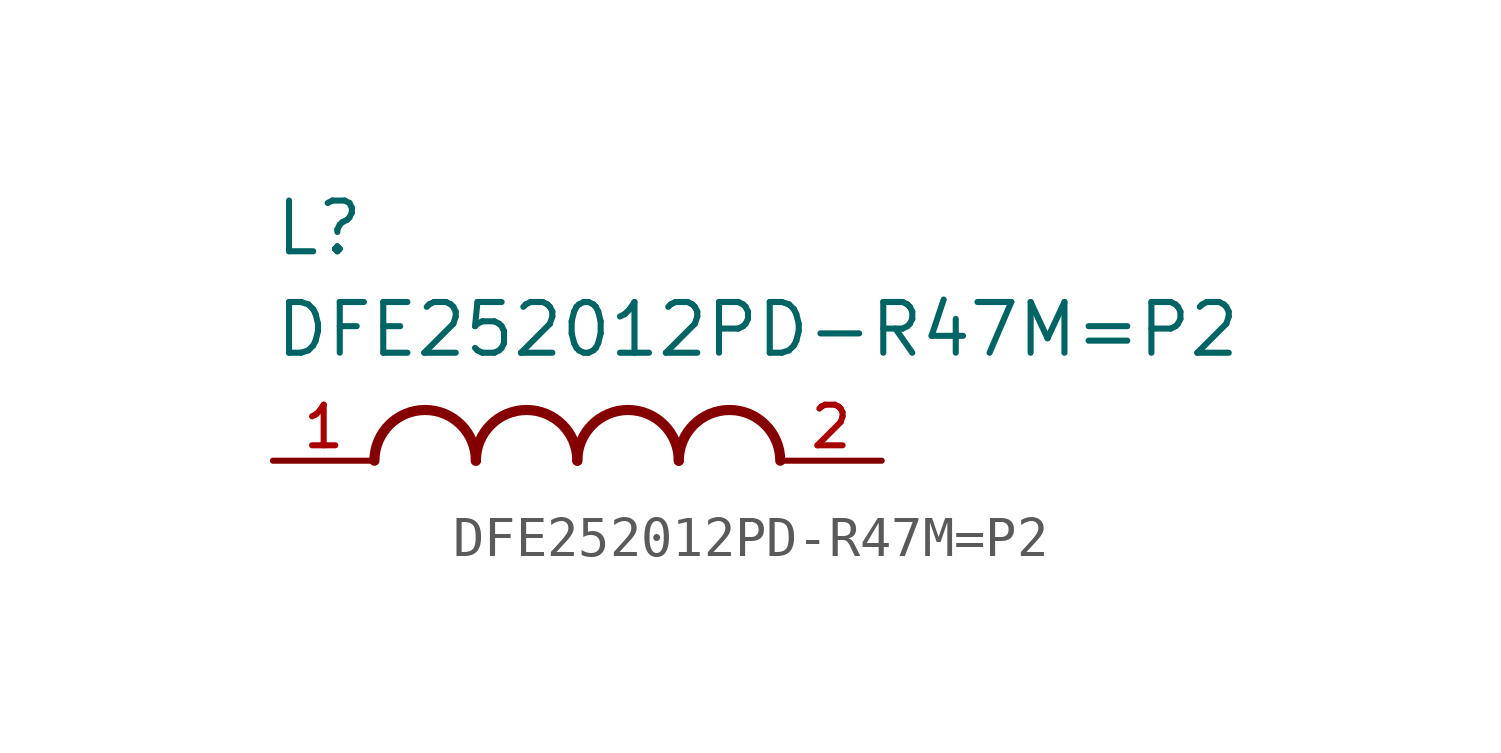
<source format=kicad_sym>
(kicad_symbol_lib
  (version 20211014)
  (generator kicad_symbol_editor)
  (symbol "DFE252012PD-R47M=P2"
    (pin_names
      (offset 1.016))
    (property "Reference" "L"
      (at -7.62 5.08 0)
      (effects (font (size 1.27 1.27)) (justify bottom left)))
    (property "Value" "DFE252012PD-R47M=P2"
      (at -7.62 2.54 0)
      (effects (font (size 1.27 1.27)) (justify bottom left)))
    (symbol "DFE252012PD-R47M=P2_0_0"
      (arc (start -2.54 0.0) (mid -3.81 1.27) (end -5.08 0.0) (stroke (width 0.254) (type default) (color 0 0 0 0)) (fill (type none)))
      (arc (start 0.0 0.0) (mid -1.27 1.27) (end -2.54 0.0) (stroke (width 0.254) (type default) (color 0 0 0 0)) (fill (type none)))
      (arc (start 2.54 0.0) (mid 1.27 1.27) (end 0.0 0.0) (stroke (width 0.254) (type default) (color 0 0 0 0)) (fill (type none)))
      (arc (start 5.08 0.0) (mid 3.81 1.27) (end 2.54 0.0) (stroke (width 0.254) (type default) (color 0 0 0 0)) (fill (type none)))
      (pin passive line (at -7.62 0.0 0) (length 2.54) (name "~" (effects (font (size 1.016 1.016)))) (number "1" (effects (font (size 1.016 1.016)))))
      (pin passive line (at 7.62 0.0 180.0) (length 2.54) (name "~" (effects (font (size 1.016 1.016)))) (number "2" (effects (font (size 1.016 1.016))))))))
</source>
